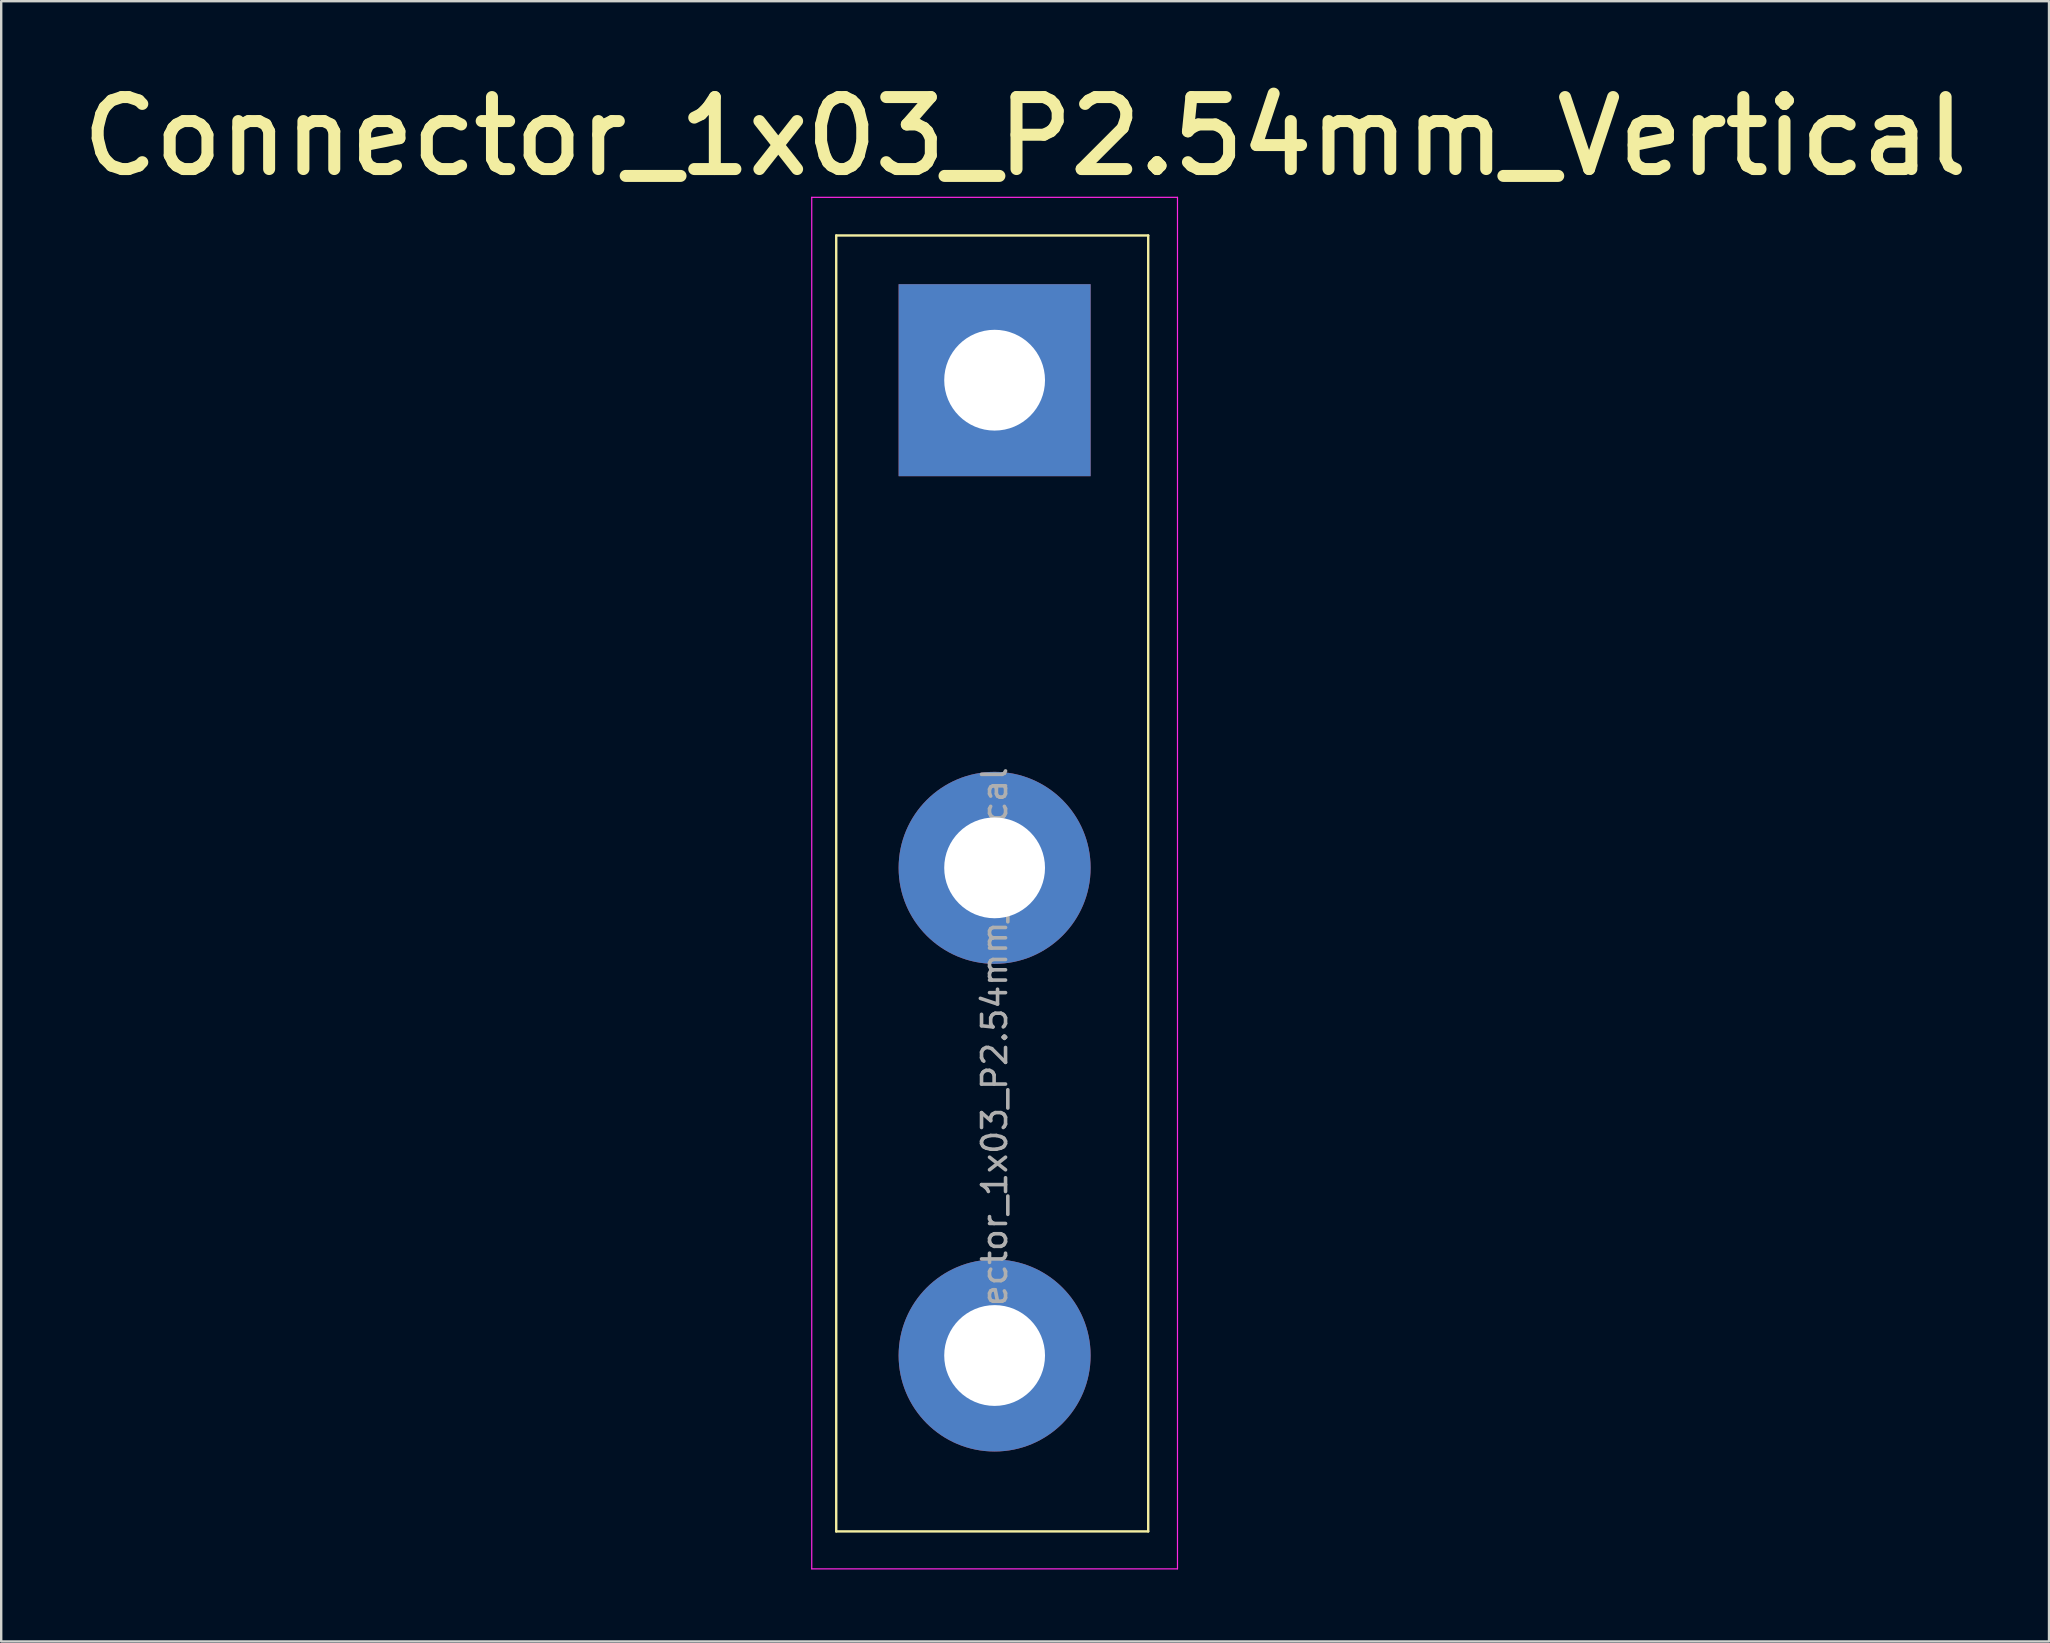
<source format=kicad_pcb>
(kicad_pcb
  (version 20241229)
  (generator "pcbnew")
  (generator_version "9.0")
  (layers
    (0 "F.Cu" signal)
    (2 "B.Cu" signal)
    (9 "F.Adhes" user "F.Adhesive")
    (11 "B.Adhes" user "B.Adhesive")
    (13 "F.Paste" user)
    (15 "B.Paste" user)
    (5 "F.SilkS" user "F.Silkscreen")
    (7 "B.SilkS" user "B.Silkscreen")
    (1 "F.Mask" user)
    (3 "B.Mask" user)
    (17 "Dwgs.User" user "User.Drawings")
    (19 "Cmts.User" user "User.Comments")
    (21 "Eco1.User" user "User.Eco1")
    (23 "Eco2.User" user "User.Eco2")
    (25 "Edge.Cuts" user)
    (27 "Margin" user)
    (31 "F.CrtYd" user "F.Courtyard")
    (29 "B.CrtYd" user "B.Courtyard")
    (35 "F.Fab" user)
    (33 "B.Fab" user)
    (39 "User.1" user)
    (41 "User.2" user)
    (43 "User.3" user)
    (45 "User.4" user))
  (footprint "Connector_1x03_P2.54mm_Vertical"
    (layer "F.Cu")
    (at 63.794 26.762)
    (property "Reference" "Connector_1x03_P2.54mm_Vertical" (at -24.13 -24.13 0) (layer "F.SilkS") (effects (font (size 3 3) (thickness 0.5))))
    (attr through_hole)
    (fp_line (start -32 -20) (end -19 -20) (stroke (width 0.1) (type default)) (layer "F.SilkS"))
    (fp_line (start -32 34) (end -32 -20) (stroke (width 0.1) (type default)) (layer "F.SilkS"))
    (fp_line (start -19 -20) (end -19 34) (stroke (width 0.1) (type default)) (layer "F.SilkS"))
    (fp_line (start -19 34) (end -32 34) (stroke (width 0.1) (type default)) (layer "F.SilkS"))
    (fp_line (start -33.02 -21.59) (end -33.02 35.56) (stroke (width 0.05) (type solid)) (layer "F.CrtYd"))
    (fp_line (start -33.02 35.56) (end -17.78 35.56) (stroke (width 0.05) (type solid)) (layer "F.CrtYd"))
    (fp_line (start -17.78 -21.59) (end -33.02 -21.59) (stroke (width 0.05) (type solid)) (layer "F.CrtYd"))
    (fp_line (start -17.78 35.56) (end -17.78 -21.59) (stroke (width 0.05) (type solid)) (layer "F.CrtYd"))
    (fp_text user "${REFERENCE}" (at -25.4 15.24 90) (layer "F.Fab") (effects (font (size 1 1) (thickness 0.15))))
    (pad "1" thru_hole rect (at -25.4 -13.97) (size 8 8) (drill 4.2) (layers "*.Cu" "*.Mask"))
    (pad "2" thru_hole oval (at -25.4 6.35) (size 8 8) (drill 4.2) (layers "*.Cu" "*.Mask"))
    (pad "3" thru_hole oval (at -25.4 26.67) (size 8 8) (drill 4.2) (layers "*.Cu" "*.Mask")))
  (gr_rect
    (start -3 -3)
    (end 82.329 65.347)
    (stroke (width 0.1) (type default))
    (fill no)
    (layer "Edge.Cuts")))
</source>
